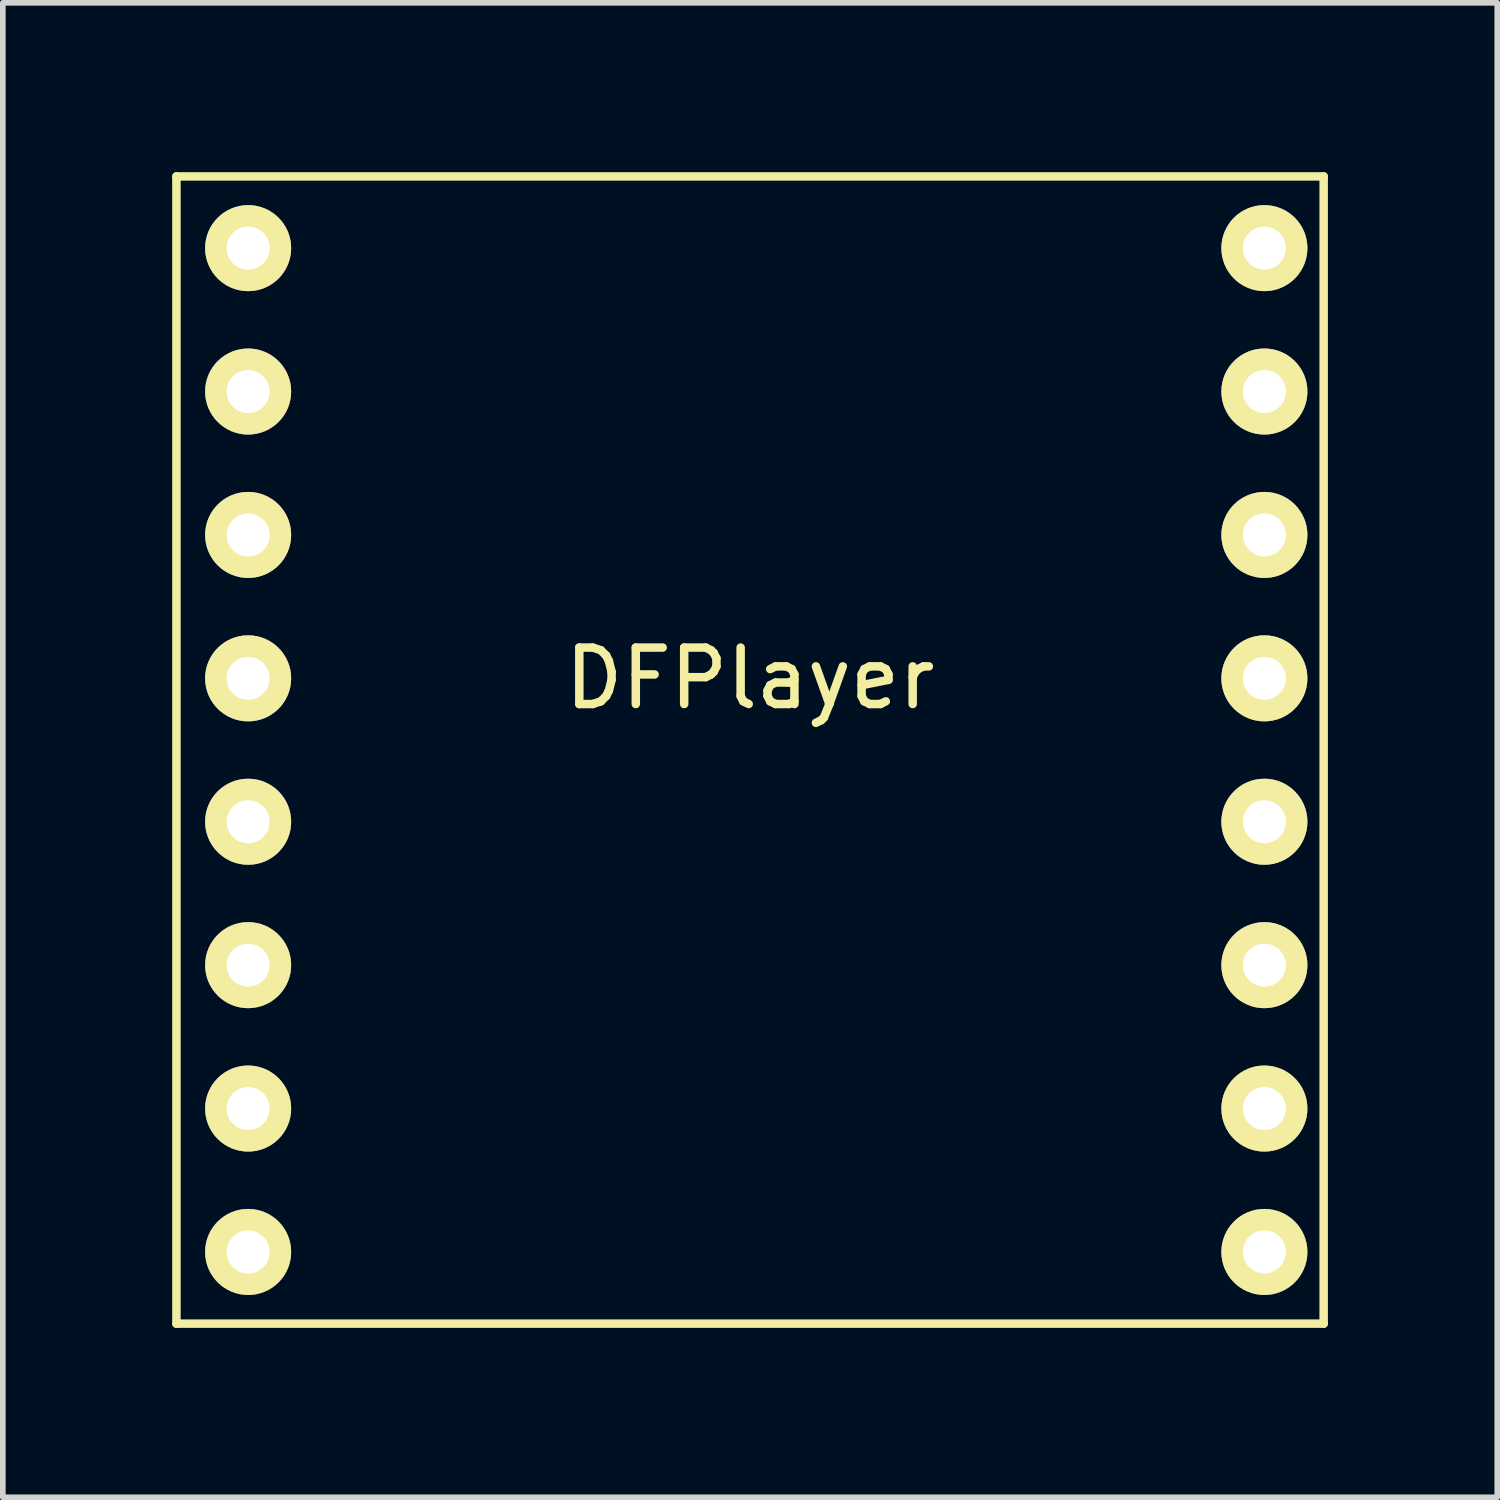
<source format=kicad_pcb>
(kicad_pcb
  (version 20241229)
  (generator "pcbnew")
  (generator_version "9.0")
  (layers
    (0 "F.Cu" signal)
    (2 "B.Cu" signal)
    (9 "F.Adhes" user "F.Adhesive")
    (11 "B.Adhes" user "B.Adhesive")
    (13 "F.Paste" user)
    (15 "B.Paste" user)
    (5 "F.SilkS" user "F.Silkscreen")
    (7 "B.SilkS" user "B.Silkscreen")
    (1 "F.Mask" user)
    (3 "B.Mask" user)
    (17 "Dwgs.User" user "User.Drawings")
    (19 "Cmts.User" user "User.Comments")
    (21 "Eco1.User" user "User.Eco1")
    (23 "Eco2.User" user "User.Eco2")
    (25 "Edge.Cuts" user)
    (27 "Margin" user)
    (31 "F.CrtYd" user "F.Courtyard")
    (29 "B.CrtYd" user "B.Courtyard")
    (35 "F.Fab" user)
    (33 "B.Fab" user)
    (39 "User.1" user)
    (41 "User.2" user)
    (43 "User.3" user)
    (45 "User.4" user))
  (footprint "DFPlayer"
    (layer "F.Cu")
    (at 10.235 10.235)
    (property "Reference" "DFPlayer" (at 0 -1.27 0) (layer "F.SilkS") (effects (font (size 1 1) (thickness 0.15))))
    (attr through_hole)
    (fp_line (start -10.16 -10.16) (end 10.16 -10.16) (stroke (width 0.15) (type solid)) (layer "F.SilkS"))
    (fp_line (start -10.16 10.16) (end -10.16 -10.16) (stroke (width 0.15) (type solid)) (layer "F.SilkS"))
    (fp_line (start 10.16 -10.16) (end 10.16 10.16) (stroke (width 0.15) (type solid)) (layer "F.SilkS"))
    (fp_line (start 10.16 10.16) (end -10.16 10.16) (stroke (width 0.15) (type solid)) (layer "F.SilkS"))
    (pad "1" thru_hole circle (at -8.89 -8.89) (size 1.524 1.524) (drill 0.762) (layers "*.Cu" "*.Mask" "F.SilkS"))
    (pad "2" thru_hole circle (at -8.89 -6.35) (size 1.524 1.524) (drill 0.762) (layers "*.Cu" "*.Mask" "F.SilkS"))
    (pad "3" thru_hole circle (at -8.89 -3.81) (size 1.524 1.524) (drill 0.762) (layers "*.Cu" "*.Mask" "F.SilkS"))
    (pad "4" thru_hole circle (at -8.89 -1.27) (size 1.524 1.524) (drill 0.762) (layers "*.Cu" "*.Mask" "F.SilkS"))
    (pad "5" thru_hole circle (at -8.89 1.27) (size 1.524 1.524) (drill 0.762) (layers "*.Cu" "*.Mask" "F.SilkS"))
    (pad "6" thru_hole circle (at -8.89 3.81) (size 1.524 1.524) (drill 0.762) (layers "*.Cu" "*.Mask" "F.SilkS"))
    (pad "7" thru_hole circle (at -8.89 6.35) (size 1.524 1.524) (drill 0.762) (layers "*.Cu" "*.Mask" "F.SilkS"))
    (pad "7" thru_hole circle (at -8.89 8.89) (size 1.524 1.524) (drill 0.762) (layers "*.Cu" "*.Mask" "F.SilkS"))
    (pad "8" thru_hole circle (at 9.11 8.89) (size 1.524 1.524) (drill 0.762) (layers "*.Cu" "*.Mask" "F.SilkS"))
    (pad "9" thru_hole circle (at 9.11 6.35) (size 1.524 1.524) (drill 0.762) (layers "*.Cu" "*.Mask" "F.SilkS"))
    (pad "10" thru_hole circle (at 9.11 3.81) (size 1.524 1.524) (drill 0.762) (layers "*.Cu" "*.Mask" "F.SilkS"))
    (pad "11" thru_hole circle (at 9.11 1.27) (size 1.524 1.524) (drill 0.762) (layers "*.Cu" "*.Mask" "F.SilkS"))
    (pad "12" thru_hole circle (at 9.11 -1.27) (size 1.524 1.524) (drill 0.762) (layers "*.Cu" "*.Mask" "F.SilkS"))
    (pad "13" thru_hole circle (at 9.11 -3.81) (size 1.524 1.524) (drill 0.762) (layers "*.Cu" "*.Mask" "F.SilkS"))
    (pad "14" thru_hole circle (at 9.11 -6.35) (size 1.524 1.524) (drill 0.762) (layers "*.Cu" "*.Mask" "F.SilkS"))
    (pad "15" thru_hole circle (at 9.11 -8.89) (size 1.524 1.524) (drill 0.762) (layers "*.Cu" "*.Mask" "F.SilkS")))
  (gr_rect
    (start -3 -3)
    (end 23.47 23.47)
    (stroke (width 0.1) (type default))
    (fill no)
    (layer "Edge.Cuts")))
</source>
